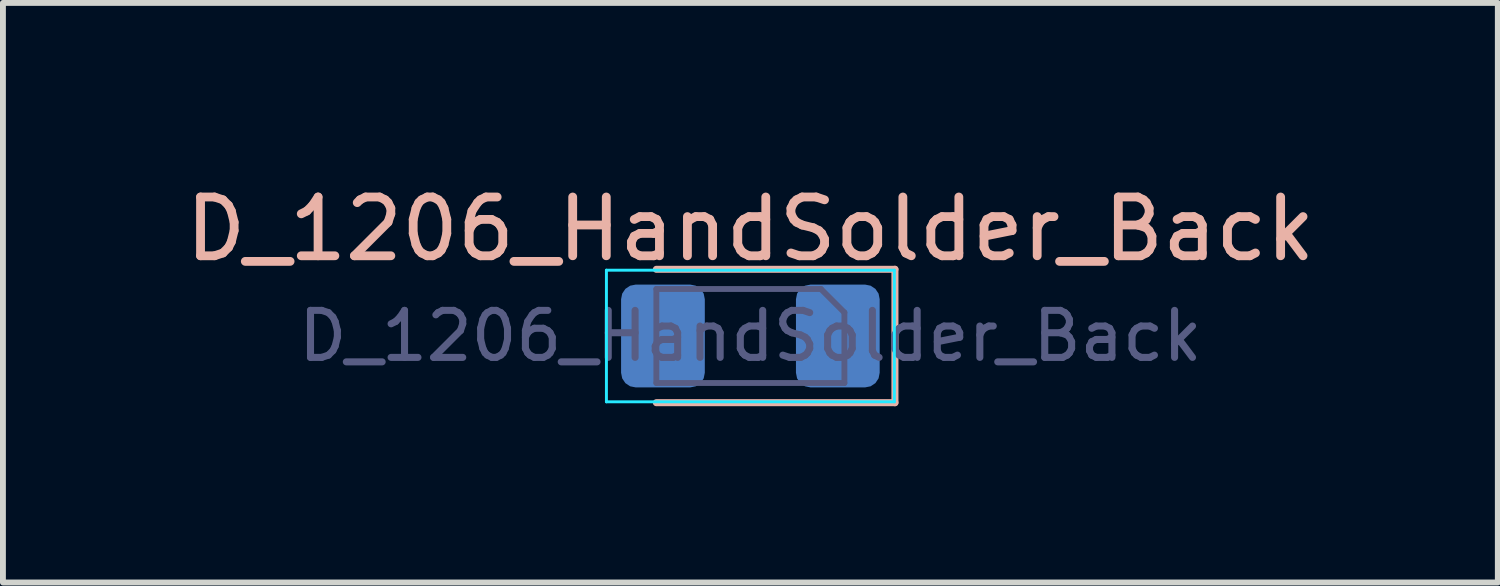
<source format=kicad_pcb>
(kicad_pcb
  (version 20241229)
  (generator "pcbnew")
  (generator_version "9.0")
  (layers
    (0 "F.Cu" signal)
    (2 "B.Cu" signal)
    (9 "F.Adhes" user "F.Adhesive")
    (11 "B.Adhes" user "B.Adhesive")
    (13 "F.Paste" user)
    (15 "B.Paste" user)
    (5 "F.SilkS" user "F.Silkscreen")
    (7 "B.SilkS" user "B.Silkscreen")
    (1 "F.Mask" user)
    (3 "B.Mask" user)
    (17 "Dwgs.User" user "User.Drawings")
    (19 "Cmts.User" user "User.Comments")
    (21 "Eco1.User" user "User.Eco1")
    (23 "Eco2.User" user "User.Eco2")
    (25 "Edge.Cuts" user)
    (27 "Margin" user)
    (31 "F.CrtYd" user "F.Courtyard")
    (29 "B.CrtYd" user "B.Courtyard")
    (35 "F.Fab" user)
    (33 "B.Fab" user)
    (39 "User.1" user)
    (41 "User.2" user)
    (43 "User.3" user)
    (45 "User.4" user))
  (footprint "D_1206_HandSolder_Back"
    (layer "F.Cu")
    (at 9.72 2.668)
    (property "Reference" "D_1206_HandSolder_Back" (at 0 -1.82 0) (layer "B.SilkS") (effects (font (size 1 1) (thickness 0.15))))
    (attr smd)
    (fp_line (start -1.6 -1.135) (end 2.46 -1.135) (stroke (width 0.12) (type solid)) (layer "B.SilkS"))
    (fp_line (start 2.46 -1.135) (end 2.46 1.135) (stroke (width 0.12) (type solid)) (layer "B.SilkS"))
    (fp_line (start 2.46 1.135) (end -1.6 1.135) (stroke (width 0.12) (type solid)) (layer "B.SilkS"))
    (fp_line (start -2.45 -1.12) (end -2.45 1.12) (stroke (width 0.05) (type solid)) (layer "B.CrtYd"))
    (fp_line (start -2.45 1.12) (end 2.45 1.12) (stroke (width 0.05) (type solid)) (layer "B.CrtYd"))
    (fp_line (start 2.45 -1.12) (end -2.45 -1.12) (stroke (width 0.05) (type solid)) (layer "B.CrtYd"))
    (fp_line (start 2.45 1.12) (end 2.45 -1.12) (stroke (width 0.05) (type solid)) (layer "B.CrtYd"))
    (fp_line (start -1.6 -0.8) (end 1.2 -0.8) (stroke (width 0.1) (type solid)) (layer "B.Fab"))
    (fp_line (start -1.6 0.8) (end -1.6 -0.8) (stroke (width 0.1) (type solid)) (layer "B.Fab"))
    (fp_line (start 1.2 -0.8) (end 1.6 -0.4) (stroke (width 0.1) (type solid)) (layer "B.Fab"))
    (fp_line (start 1.6 -0.4) (end 1.6 0.8) (stroke (width 0.1) (type solid)) (layer "B.Fab"))
    (fp_line (start 1.6 0.8) (end -1.6 0.8) (stroke (width 0.1) (type solid)) (layer "B.Fab"))
    (fp_text user "${REFERENCE}" (at 0 0 0) (layer "B.Fab") (effects (font (size 0.8 0.8) (thickness 0.12))))
    (pad "1" smd roundrect (at 1.488 0) (size 1.425 1.75) (layers "B.Cu" "B.Mask" "B.Paste") (roundrect_rratio 0.175))
    (pad "2" smd roundrect (at -1.488 0) (size 1.425 1.75) (layers "B.Cu" "B.Mask" "B.Paste") (roundrect_rratio 0.175)))
  (gr_rect
    (start -3 -3)
    (end 22.44 6.863)
    (stroke (width 0.1) (type default))
    (fill no)
    (layer "Edge.Cuts")))
</source>
